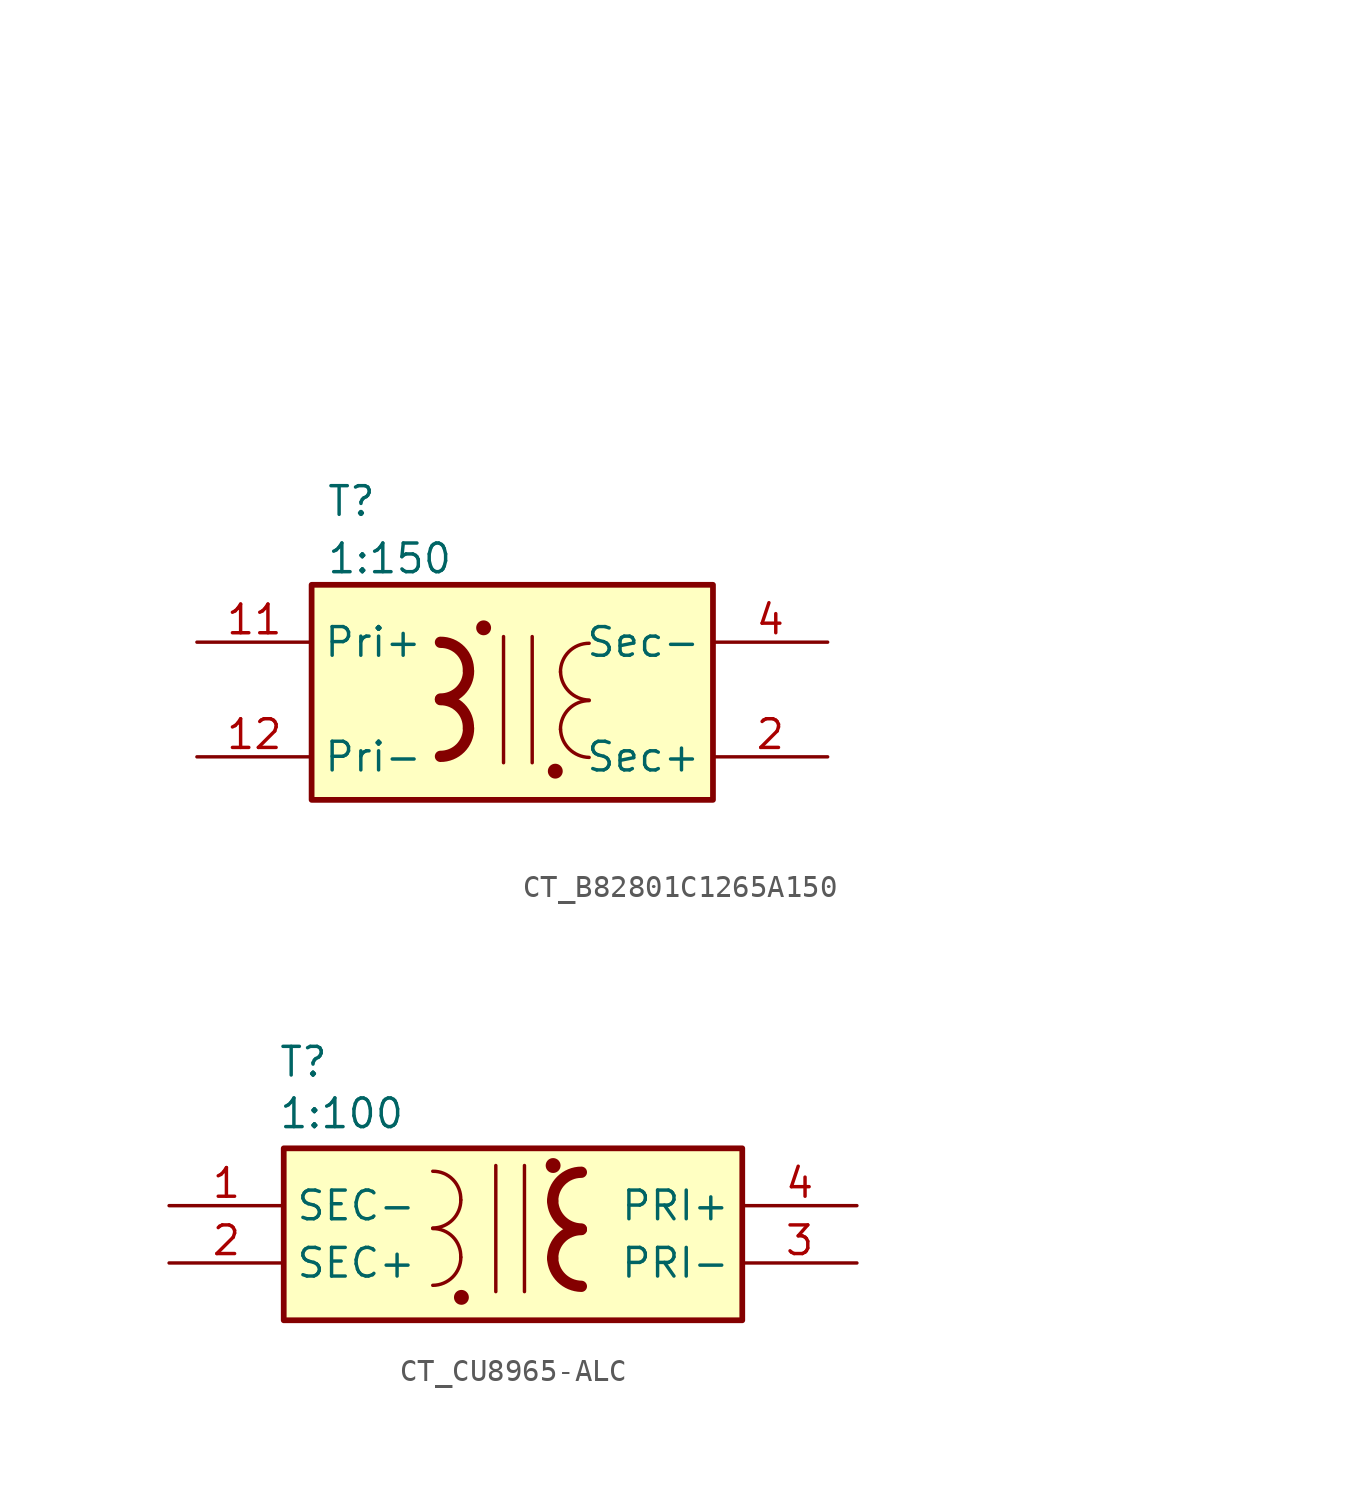
<source format=kicad_sym>
(kicad_symbol_lib
  (version 20220914)
  (generator kicad_symbol_editor)
  (symbol "CT_B82801C1265A150"
    (property "Reference" "T"
      (at -8.255 9.525 0)
      (effects (font (size 1.27 1.27)) (justify left top)))
    (property "Value" "1:150"
      (at -8.255 6.985 0)
      (effects (font (size 1.27 1.27)) (justify left top)))
    (symbol "CT_B82801C1265A150_0_1"
      (polyline (pts (xy -0.388 2.787) (xy -0.388 -2.801)) (stroke (width 0) (type default)) (fill (type none)))
      (polyline (pts (xy 0.882 -2.801) (xy 0.882 2.787)) (stroke (width 0) (type default)) (fill (type none)))
      (arc (start 2.1342 -1.3209) (mid 2.522 -2.1955) (end 3.4042 -2.5655) (stroke (width 0) (type default)) (fill (type none)))
      (arc (start 2.1342 1.2191) (mid 2.522 0.3445) (end 3.4042 -0.0255) (stroke (width 0) (type default)) (fill (type none)))
      (arc (start 3.4042 -0.0509) (mid 2.5059 -0.4226) (end 2.1342 -1.3209) (stroke (width 0) (type default)) (fill (type none)))
      (arc (start 3.4042 2.4891) (mid 2.5059 2.1174) (end 2.1342 1.2191) (stroke (width 0) (type default)) (fill (type none))))
    (symbol "CT_B82801C1265A150_1_1"
      (rectangle (start -8.89 5.08) (end 8.89 -4.445) (stroke (width 0.254) (type default)) (fill (type background)))
      (arc (start -3.1815 -2.5212) (mid -2.3013 -2.1568) (end -1.9369 -1.2766) (stroke (width 0.5) (type default)) (fill (type none)))
      (arc (start -3.1815 0.0188) (mid -2.3013 0.3832) (end -1.9369 1.2634) (stroke (width 0.5) (type default)) (fill (type none)))
      (arc (start -1.9369 -1.2766) (mid -2.2866 -0.3744) (end -3.1815 -0.0066) (stroke (width 0.5) (type default)) (fill (type none)))
      (arc (start -1.9369 1.2634) (mid -2.2866 2.1656) (end -3.1815 2.5334) (stroke (width 0.5) (type default)) (fill (type none)))
      (circle (center -1.27 3.175) (radius 0.254) (stroke (width 0) (type default)) (fill (type outline)))
      (circle (center 1.905 -3.175) (radius 0.254) (stroke (width 0) (type default)) (fill (type outline)))
      (pin no_connect line (at 24.13 11.43 0) (length 5.08) hide (name "1" (effects (font (size 1.27 1.27)))) (number "1" (effects (font (size 1.27 1.27)))))
      (pin no_connect line (at 24.13 24.13 0) (length 5.08) hide (name "10" (effects (font (size 1.27 1.27)))) (number "10" (effects (font (size 1.27 1.27)))))
      (pin passive line (at -13.97 2.54 0) (length 5.08) (name "Pri+" (effects (font (size 1.27 1.27)))) (number "11" (effects (font (size 1.27 1.27)))))
      (pin passive line (at -13.97 -2.54 0) (length 5.08) (name "Pri-" (effects (font (size 1.27 1.27)))) (number "12" (effects (font (size 1.27 1.27)))))
      (pin passive line (at 13.97 -2.54 180) (length 5.08) (name "Sec+" (effects (font (size 1.27 1.27)))) (number "2" (effects (font (size 1.27 1.27)))))
      (pin no_connect line (at 24.13 8.89 0) (length 5.08) hide (name "3" (effects (font (size 1.27 1.27)))) (number "3" (effects (font (size 1.27 1.27)))))
      (pin passive line (at 13.97 2.54 180) (length 5.08) (name "Sec-" (effects (font (size 1.27 1.27)))) (number "4" (effects (font (size 1.27 1.27)))))
      (pin no_connect line (at 24.13 6.35 0) (length 5.08) hide (name "5" (effects (font (size 1.27 1.27)))) (number "5" (effects (font (size 1.27 1.27)))))
      (pin no_connect line (at 24.13 13.97 0) (length 5.08) hide (name "6" (effects (font (size 1.27 1.27)))) (number "6" (effects (font (size 1.27 1.27)))))
      (pin no_connect line (at 24.13 16.51 0) (length 5.08) hide (name "7" (effects (font (size 1.27 1.27)))) (number "7" (effects (font (size 1.27 1.27)))))
      (pin no_connect line (at 24.13 19.05 0) (length 5.08) hide (name "8" (effects (font (size 1.27 1.27)))) (number "8" (effects (font (size 1.27 1.27)))))
      (pin no_connect line (at 24.13 21.59 0) (length 5.08) hide (name "9" (effects (font (size 1.27 1.27)))) (number "9" (effects (font (size 1.27 1.27)))))))
  (symbol "CT_CU8965-ALC"
    (property "Reference" "T"
      (at -10.16 8.382 0)
      (effects (font (size 1.27 1.27)) (justify left top)))
    (property "Value" "1:100"
      (at -10.16 6.096 0)
      (effects (font (size 1.27 1.27)) (justify left top)))
    (symbol "CT_CU8965-ALC_0_1"
      (polyline (pts (xy -0.508 3.048) (xy -0.508 -2.54)) (stroke (width 0) (type default)) (fill (type none)))
      (polyline (pts (xy 0.762 -2.54) (xy 0.762 3.048)) (stroke (width 0) (type default)) (fill (type none))))
    (symbol "CT_CU8965-ALC_1_1"
      (rectangle (start -9.906 3.81) (end 10.414 -3.81) (stroke (width 0.254) (type default)) (fill (type background)))
      (arc (start -3.302 -2.2606) (mid -2.4219 -1.8961) (end -2.0574 -1.016) (stroke (width 0) (type default)) (fill (type none)))
      (arc (start -3.302 0.2794) (mid -2.4219 0.6439) (end -2.0574 1.524) (stroke (width 0) (type default)) (fill (type none)))
      (arc (start -2.0574 -1.016) (mid -2.4071 -0.1141) (end -3.302 0.254) (stroke (width 0) (type default)) (fill (type none)))
      (arc (start -2.0574 1.524) (mid -2.4071 2.4259) (end -3.302 2.794) (stroke (width 0) (type default)) (fill (type none)))
      (circle (center -2.032 -2.794) (radius 0.254) (stroke (width 0) (type default)) (fill (type outline)))
      (arc (start 2.0137 -1.0603) (mid 2.4015 -1.9348) (end 3.2837 -2.3049) (stroke (width 0.5) (type default)) (fill (type none)))
      (arc (start 2.0137 1.4797) (mid 2.4015 0.6052) (end 3.2837 0.2351) (stroke (width 0.5) (type default)) (fill (type none)))
      (circle (center 2.032 3.048) (radius 0.254) (stroke (width 0) (type default)) (fill (type outline)))
      (arc (start 3.2837 0.2097) (mid 2.3855 -0.1621) (end 2.0137 -1.0603) (stroke (width 0.5) (type default)) (fill (type none)))
      (arc (start 3.2837 2.7497) (mid 2.3855 2.3779) (end 2.0137 1.4797) (stroke (width 0.5) (type default)) (fill (type none)))
      (pin passive line (at -14.986 1.27 0) (length 5.08) (name "SEC-" (effects (font (size 1.27 1.27)))) (number "1" (effects (font (size 1.27 1.27)))))
      (pin passive line (at -14.986 -1.27 0) (length 5.08) (name "SEC+" (effects (font (size 1.27 1.27)))) (number "2" (effects (font (size 1.27 1.27)))))
      (pin passive line (at 15.494 -1.27 180) (length 5.08) (name "PRI-" (effects (font (size 1.27 1.27)))) (number "3" (effects (font (size 1.27 1.27)))))
      (pin passive line (at 15.494 1.27 180) (length 5.08) (name "PRI+" (effects (font (size 1.27 1.27)))) (number "4" (effects (font (size 1.27 1.27))))))))
</source>
